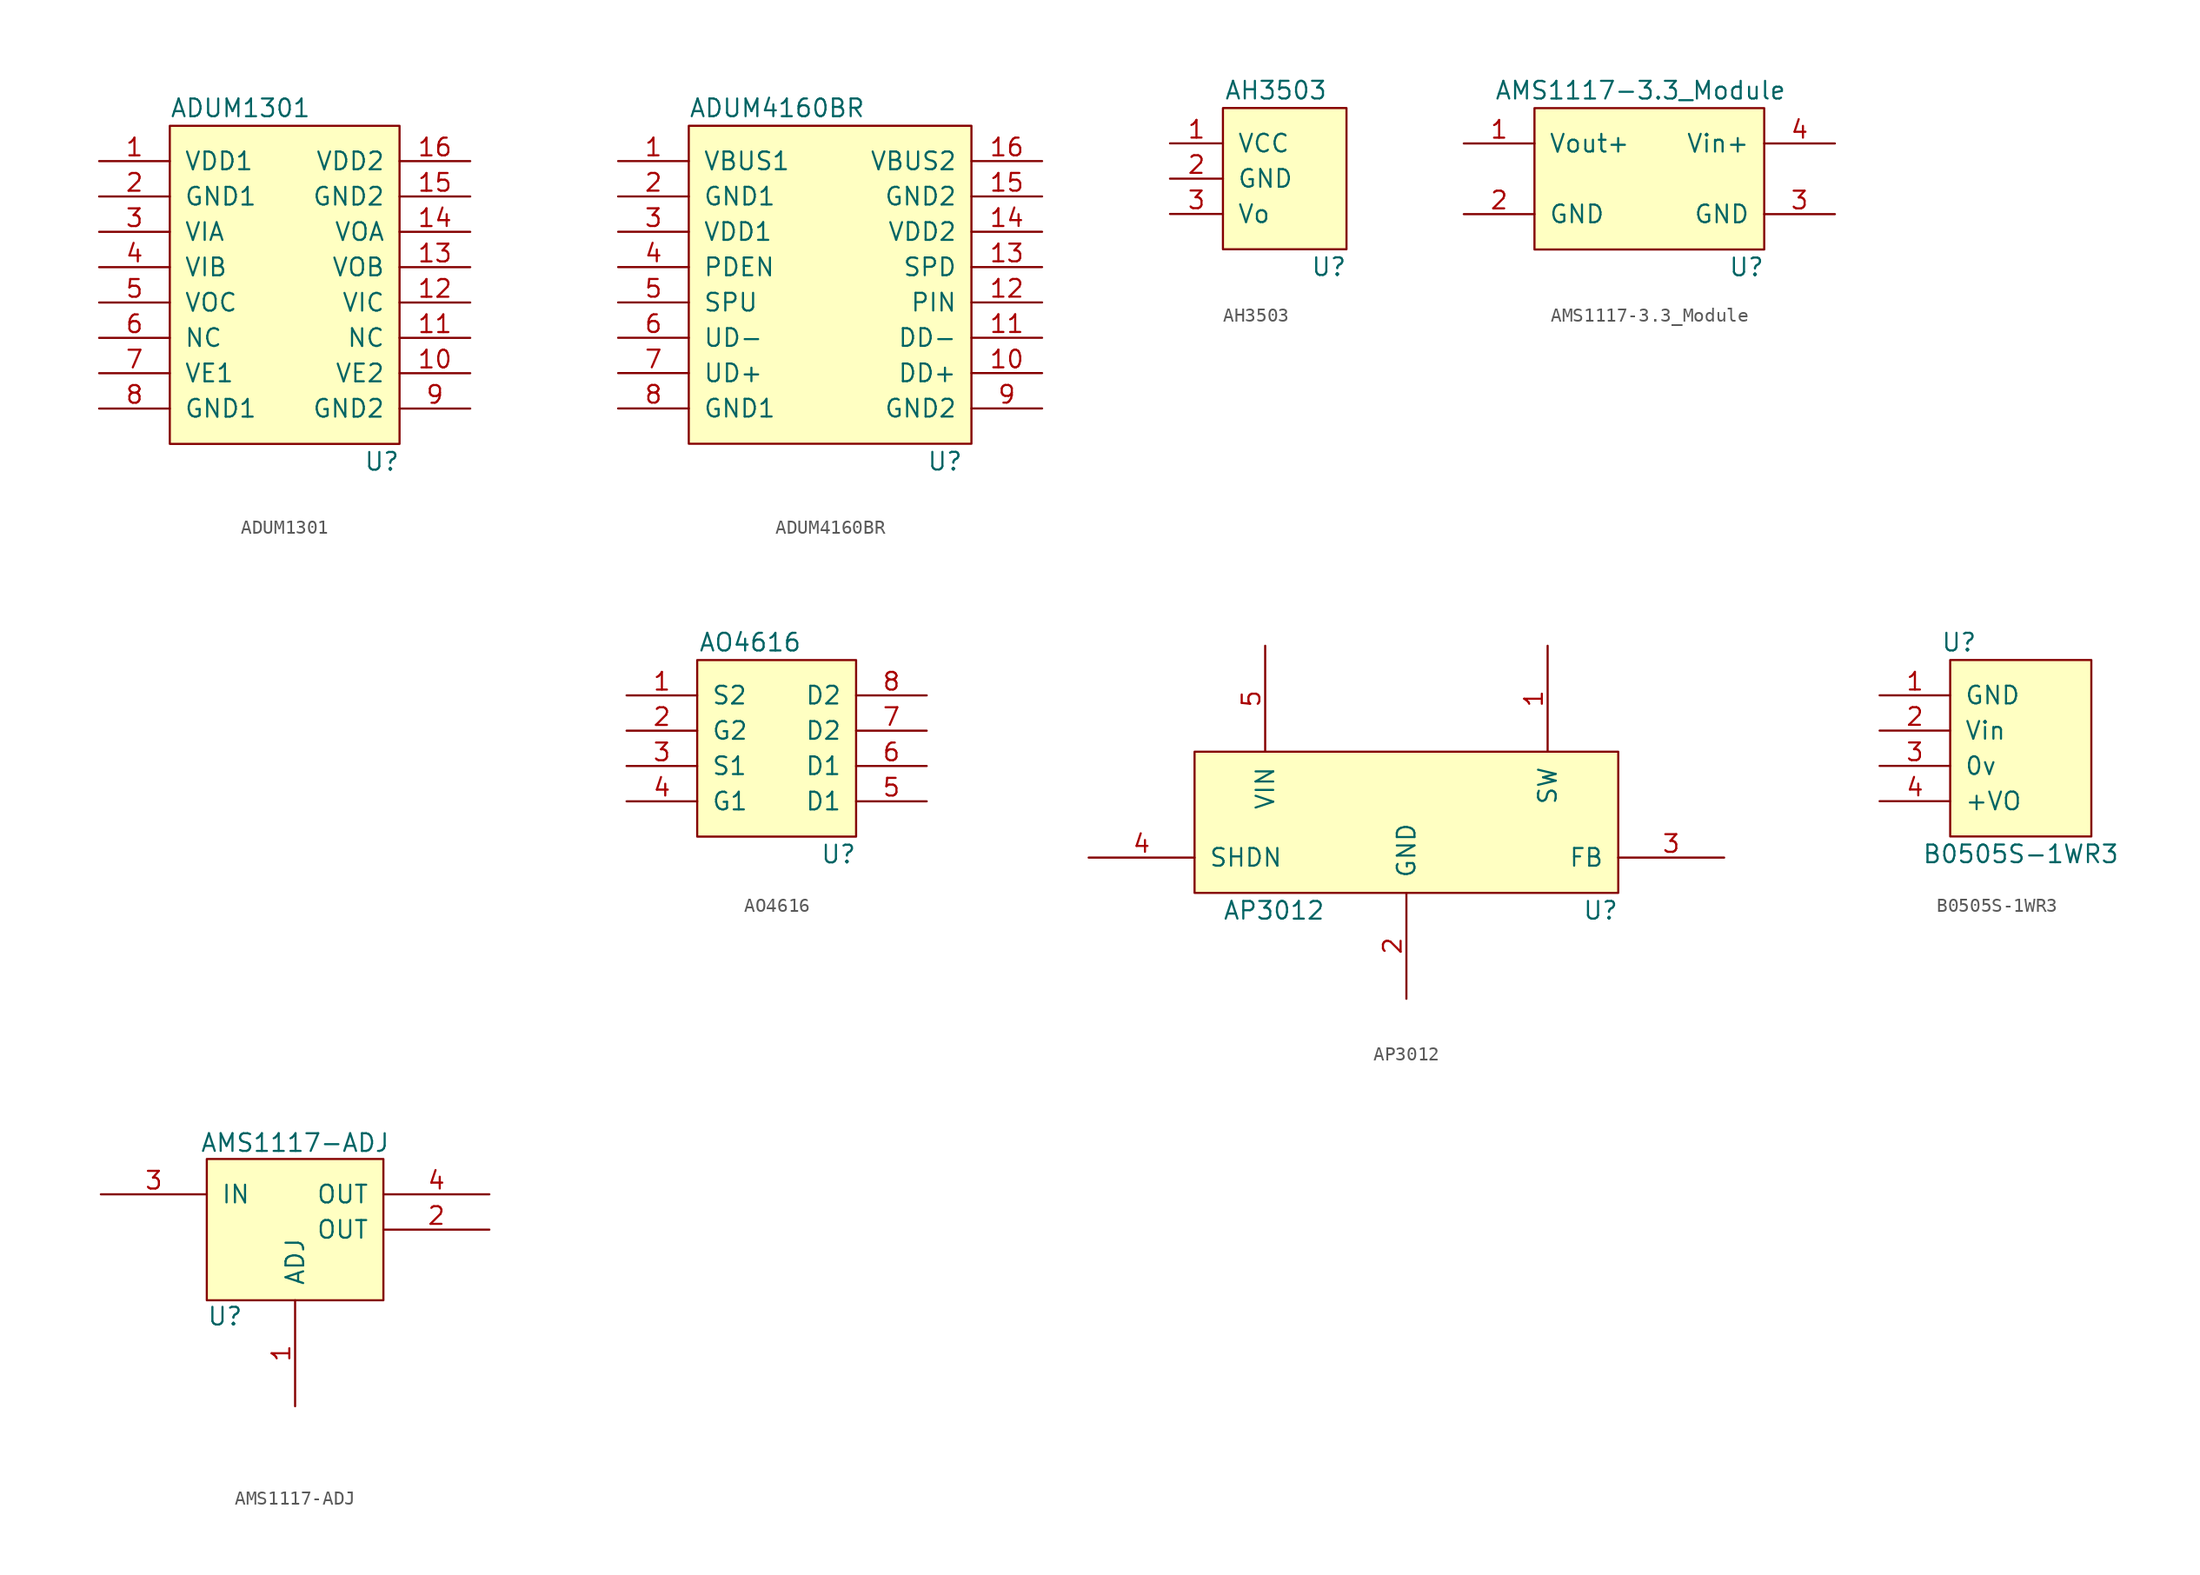
<source format=kicad_sym>
(kicad_symbol_lib
  (version 20211014)
  (generator kicad_symbol_editor)
  (symbol "ADUM1301"
    (pin_names
      (offset 1.016))
    (property "Reference" "U"
      (at 15.24 -21.59 0)
      (effects (font (size 1.27 1.27))))
    (property "Value" "ADUM1301"
      (at 5.08 3.81 0)
      (effects (font (size 1.27 1.27))))
    (symbol "ADUM1301_0_1"
      (rectangle (start 0 2.54) (end 16.51 -20.32) (stroke (width 0) (type default) (color 0 0 0 0)) (fill (type background))))
    (symbol "ADUM1301_1_1"
      (pin input line (at -5.08 0 0) (length 5.08) (name "VDD1" (effects (font (size 1.27 1.27)))) (number "1" (effects (font (size 1.27 1.27)))))
      (pin input line (at 21.59 -15.24 180) (length 5.08) (name "VE2" (effects (font (size 1.27 1.27)))) (number "10" (effects (font (size 1.27 1.27)))))
      (pin input line (at 21.59 -12.7 180) (length 5.08) (name "NC" (effects (font (size 1.27 1.27)))) (number "11" (effects (font (size 1.27 1.27)))))
      (pin input line (at 21.59 -10.16 180) (length 5.08) (name "VIC" (effects (font (size 1.27 1.27)))) (number "12" (effects (font (size 1.27 1.27)))))
      (pin input line (at 21.59 -7.62 180) (length 5.08) (name "VOB" (effects (font (size 1.27 1.27)))) (number "13" (effects (font (size 1.27 1.27)))))
      (pin input line (at 21.59 -5.08 180) (length 5.08) (name "VOA" (effects (font (size 1.27 1.27)))) (number "14" (effects (font (size 1.27 1.27)))))
      (pin input line (at 21.59 -2.54 180) (length 5.08) (name "GND2" (effects (font (size 1.27 1.27)))) (number "15" (effects (font (size 1.27 1.27)))))
      (pin input line (at 21.59 0 180) (length 5.08) (name "VDD2" (effects (font (size 1.27 1.27)))) (number "16" (effects (font (size 1.27 1.27)))))
      (pin input line (at -5.08 -2.54 0) (length 5.08) (name "GND1" (effects (font (size 1.27 1.27)))) (number "2" (effects (font (size 1.27 1.27)))))
      (pin input line (at -5.08 -5.08 0) (length 5.08) (name "VIA" (effects (font (size 1.27 1.27)))) (number "3" (effects (font (size 1.27 1.27)))))
      (pin input line (at -5.08 -7.62 0) (length 5.08) (name "VIB" (effects (font (size 1.27 1.27)))) (number "4" (effects (font (size 1.27 1.27)))))
      (pin input line (at -5.08 -10.16 0) (length 5.08) (name "VOC" (effects (font (size 1.27 1.27)))) (number "5" (effects (font (size 1.27 1.27)))))
      (pin input line (at -5.08 -12.7 0) (length 5.08) (name "NC" (effects (font (size 1.27 1.27)))) (number "6" (effects (font (size 1.27 1.27)))))
      (pin input line (at -5.08 -15.24 0) (length 5.08) (name "VE1" (effects (font (size 1.27 1.27)))) (number "7" (effects (font (size 1.27 1.27)))))
      (pin input line (at -5.08 -17.78 0) (length 5.08) (name "GND1" (effects (font (size 1.27 1.27)))) (number "8" (effects (font (size 1.27 1.27)))))
      (pin input line (at 21.59 -17.78 180) (length 5.08) (name "GND2" (effects (font (size 1.27 1.27)))) (number "9" (effects (font (size 1.27 1.27)))))))
  (symbol "ADUM4160BR"
    (pin_names
      (offset 1.016))
    (property "Reference" "U"
      (at 18.415 -21.59 0)
      (effects (font (size 1.27 1.27))))
    (property "Value" "ADUM4160BR"
      (at 6.35 3.81 0)
      (effects (font (size 1.27 1.27))))
    (symbol "ADUM4160BR_0_1"
      (rectangle (start 0 2.54) (end 20.32 -20.32) (stroke (width 0) (type default) (color 0 0 0 0)) (fill (type background))))
    (symbol "ADUM4160BR_1_1"
      (pin input line (at -5.08 0 0) (length 5.08) (name "VBUS1" (effects (font (size 1.27 1.27)))) (number "1" (effects (font (size 1.27 1.27)))))
      (pin input line (at 25.4 -15.24 180) (length 5.08) (name "DD+" (effects (font (size 1.27 1.27)))) (number "10" (effects (font (size 1.27 1.27)))))
      (pin input line (at 25.4 -12.7 180) (length 5.08) (name "DD-" (effects (font (size 1.27 1.27)))) (number "11" (effects (font (size 1.27 1.27)))))
      (pin input line (at 25.4 -10.16 180) (length 5.08) (name "PIN" (effects (font (size 1.27 1.27)))) (number "12" (effects (font (size 1.27 1.27)))))
      (pin input line (at 25.4 -7.62 180) (length 5.08) (name "SPD" (effects (font (size 1.27 1.27)))) (number "13" (effects (font (size 1.27 1.27)))))
      (pin input line (at 25.4 -5.08 180) (length 5.08) (name "VDD2" (effects (font (size 1.27 1.27)))) (number "14" (effects (font (size 1.27 1.27)))))
      (pin input line (at 25.4 -2.54 180) (length 5.08) (name "GND2" (effects (font (size 1.27 1.27)))) (number "15" (effects (font (size 1.27 1.27)))))
      (pin input line (at 25.4 0 180) (length 5.08) (name "VBUS2" (effects (font (size 1.27 1.27)))) (number "16" (effects (font (size 1.27 1.27)))))
      (pin input line (at -5.08 -2.54 0) (length 5.08) (name "GND1" (effects (font (size 1.27 1.27)))) (number "2" (effects (font (size 1.27 1.27)))))
      (pin input line (at -5.08 -5.08 0) (length 5.08) (name "VDD1" (effects (font (size 1.27 1.27)))) (number "3" (effects (font (size 1.27 1.27)))))
      (pin input line (at -5.08 -7.62 0) (length 5.08) (name "PDEN" (effects (font (size 1.27 1.27)))) (number "4" (effects (font (size 1.27 1.27)))))
      (pin input line (at -5.08 -10.16 0) (length 5.08) (name "SPU" (effects (font (size 1.27 1.27)))) (number "5" (effects (font (size 1.27 1.27)))))
      (pin input line (at -5.08 -12.7 0) (length 5.08) (name "UD-" (effects (font (size 1.27 1.27)))) (number "6" (effects (font (size 1.27 1.27)))))
      (pin input line (at -5.08 -15.24 0) (length 5.08) (name "UD+" (effects (font (size 1.27 1.27)))) (number "7" (effects (font (size 1.27 1.27)))))
      (pin input line (at -5.08 -17.78 0) (length 5.08) (name "GND1" (effects (font (size 1.27 1.27)))) (number "8" (effects (font (size 1.27 1.27)))))
      (pin input line (at 25.4 -17.78 180) (length 5.08) (name "GND2" (effects (font (size 1.27 1.27)))) (number "9" (effects (font (size 1.27 1.27)))))))
  (symbol "AH3503"
    (pin_names
      (offset 1.016))
    (property "Reference" "U"
      (at 7.62 -11.43 0)
      (effects (font (size 1.27 1.27))))
    (property "Value" "AH3503"
      (at 3.81 1.27 0)
      (effects (font (size 1.27 1.27))))
    (symbol "AH3503_0_1"
      (rectangle (start 0 0) (end 8.89 -10.16) (stroke (width 0) (type default) (color 0 0 0 0)) (fill (type background))))
    (symbol "AH3503_1_1"
      (pin input line (at -3.81 -2.54 0) (length 3.81) (name "VCC" (effects (font (size 1.27 1.27)))) (number "1" (effects (font (size 1.27 1.27)))))
      (pin input line (at -3.81 -5.08 0) (length 3.81) (name "GND" (effects (font (size 1.27 1.27)))) (number "2" (effects (font (size 1.27 1.27)))))
      (pin input line (at -3.81 -7.62 0) (length 3.81) (name "Vo" (effects (font (size 1.27 1.27)))) (number "3" (effects (font (size 1.27 1.27)))))))
  (symbol "AMS1117-3.3_Module"
    (pin_names
      (offset 1.016))
    (property "Reference" "U"
      (at 15.24 -8.89 0)
      (effects (font (size 1.27 1.27))))
    (property "Value" "AMS1117-3.3_Module"
      (at 7.62 3.81 0)
      (effects (font (size 1.27 1.27))))
    (symbol "AMS1117-3.3_Module_0_1"
      (rectangle (start 0 2.54) (end 16.51 -7.62) (stroke (width 0) (type default) (color 0 0 0 0)) (fill (type background))))
    (symbol "AMS1117-3.3_Module_1_1"
      (pin input line (at -5.08 0 0) (length 5.08) (name "Vout+" (effects (font (size 1.27 1.27)))) (number "1" (effects (font (size 1.27 1.27)))))
      (pin input line (at -5.08 -5.08 0) (length 5.08) (name "GND" (effects (font (size 1.27 1.27)))) (number "2" (effects (font (size 1.27 1.27)))))
      (pin input line (at 21.59 -5.08 180) (length 5.08) (name "GND" (effects (font (size 1.27 1.27)))) (number "3" (effects (font (size 1.27 1.27)))))
      (pin input line (at 21.59 0 180) (length 5.08) (name "Vin+" (effects (font (size 1.27 1.27)))) (number "4" (effects (font (size 1.27 1.27)))))))
  (symbol "AMS1117-ADJ"
    (pin_names
      (offset 1.016))
    (property "Reference" "U"
      (at -6.35 -1.905 0)
      (effects (font (size 1.27 1.27)) (justify left bottom)))
    (property "Value" "AMS1117-ADJ"
      (at 0 12.065 0)
      (effects (font (size 1.27 1.27)) (justify top)))
    (property "Footprint" ""
      (at -6.35 44.45 0)
      (effects (font (size 1.524 1.524))))
    (property "Datasheet" ""
      (at -6.35 44.45 0)
      (effects (font (size 1.524 1.524))))
    (symbol "AMS1117-ADJ_0_1"
      (rectangle (start -6.35 0) (end 6.35 10.16) (stroke (width 0) (type default) (color 0 0 0 0)) (fill (type background))))
    (symbol "AMS1117-ADJ_1_1"
      (pin passive line (at 0 -7.62 90) (length 7.62) (name "ADJ" (effects (font (size 1.27 1.27)))) (number "1" (effects (font (size 1.27 1.27)))))
      (pin passive line (at 13.97 5.08 180) (length 7.62) (name "OUT" (effects (font (size 1.27 1.27)))) (number "2" (effects (font (size 1.27 1.27)))))
      (pin passive line (at -13.97 7.62 0) (length 7.62) (name "IN" (effects (font (size 1.27 1.27)))) (number "3" (effects (font (size 1.27 1.27)))))
      (pin passive line (at 13.97 7.62 180) (length 7.62) (name "OUT" (effects (font (size 1.27 1.27)))) (number "4" (effects (font (size 1.27 1.27)))))))
  (symbol "AO4616"
    (pin_names
      (offset 1.016))
    (property "Reference" "U"
      (at 10.16 -11.43 0)
      (effects (font (size 1.27 1.27))))
    (property "Value" "AO4616"
      (at 3.81 3.81 0)
      (effects (font (size 1.27 1.27))))
    (symbol "AO4616_0_1"
      (rectangle (start 0 2.54) (end 11.43 -10.16) (stroke (width 0) (type default) (color 0 0 0 0)) (fill (type background))))
    (symbol "AO4616_1_1"
      (pin passive line (at -5.08 0 0) (length 5.08) (name "S2" (effects (font (size 1.27 1.27)))) (number "1" (effects (font (size 1.27 1.27)))))
      (pin passive line (at -5.08 -2.54 0) (length 5.08) (name "G2" (effects (font (size 1.27 1.27)))) (number "2" (effects (font (size 1.27 1.27)))))
      (pin passive line (at -5.08 -5.08 0) (length 5.08) (name "S1" (effects (font (size 1.27 1.27)))) (number "3" (effects (font (size 1.27 1.27)))))
      (pin passive line (at -5.08 -7.62 0) (length 5.08) (name "G1" (effects (font (size 1.27 1.27)))) (number "4" (effects (font (size 1.27 1.27)))))
      (pin passive line (at 16.51 -7.62 180) (length 5.08) (name "D1" (effects (font (size 1.27 1.27)))) (number "5" (effects (font (size 1.27 1.27)))))
      (pin passive line (at 16.51 -5.08 180) (length 5.08) (name "D1" (effects (font (size 1.27 1.27)))) (number "6" (effects (font (size 1.27 1.27)))))
      (pin passive line (at 16.51 -2.54 180) (length 5.08) (name "D2" (effects (font (size 1.27 1.27)))) (number "7" (effects (font (size 1.27 1.27)))))
      (pin passive line (at 16.51 0 180) (length 5.08) (name "D2" (effects (font (size 1.27 1.27)))) (number "8" (effects (font (size 1.27 1.27)))))))
  (symbol "AP3012"
    (pin_names
      (offset 1.016))
    (property "Reference" "U"
      (at 13.97 -1.27 0)
      (effects (font (size 1.27 1.27))))
    (property "Value" "AP3012"
      (at -9.525 -1.27 0)
      (effects (font (size 1.27 1.27))))
    (symbol "AP3012_0_1"
      (rectangle (start -15.24 10.16) (end 15.24 0) (stroke (width 0) (type default) (color 0 0 0 0)) (fill (type background))))
    (symbol "AP3012_1_1"
      (pin input line (at 10.16 17.78 270) (length 7.62) (name "SW" (effects (font (size 1.27 1.27)))) (number "1" (effects (font (size 1.27 1.27)))))
      (pin input line (at 0 -7.62 90) (length 7.62) (name "GND" (effects (font (size 1.27 1.27)))) (number "2" (effects (font (size 1.27 1.27)))))
      (pin input line (at 22.86 2.54 180) (length 7.62) (name "FB" (effects (font (size 1.27 1.27)))) (number "3" (effects (font (size 1.27 1.27)))))
      (pin input line (at -22.86 2.54 0) (length 7.62) (name "SHDN" (effects (font (size 1.27 1.27)))) (number "4" (effects (font (size 1.27 1.27)))))
      (pin input line (at -10.16 17.78 270) (length 7.62) (name "VIN" (effects (font (size 1.27 1.27)))) (number "5" (effects (font (size 1.27 1.27)))))))
  (symbol "B0505S-1WR3"
    (pin_names
      (offset 1.016))
    (property "Reference" "U"
      (at 0.635 3.81 0)
      (effects (font (size 1.27 1.27))))
    (property "Value" "B0505S-1WR3"
      (at 5.08 -11.43 0)
      (effects (font (size 1.27 1.27))))
    (symbol "B0505S-1WR3_0_1"
      (rectangle (start 0 2.54) (end 10.16 -10.16) (stroke (width 0) (type default) (color 0 0 0 0)) (fill (type background))))
    (symbol "B0505S-1WR3_1_1"
      (pin passive line (at -5.08 0 0) (length 5.08) (name "GND" (effects (font (size 1.27 1.27)))) (number "1" (effects (font (size 1.27 1.27)))))
      (pin passive line (at -5.08 -2.54 0) (length 5.08) (name "Vin" (effects (font (size 1.27 1.27)))) (number "2" (effects (font (size 1.27 1.27)))))
      (pin passive line (at -5.08 -5.08 0) (length 5.08) (name "0v" (effects (font (size 1.27 1.27)))) (number "3" (effects (font (size 1.27 1.27)))))
      (pin passive line (at -5.08 -7.62 0) (length 5.08) (name "+VO" (effects (font (size 1.27 1.27)))) (number "4" (effects (font (size 1.27 1.27))))))))
</source>
